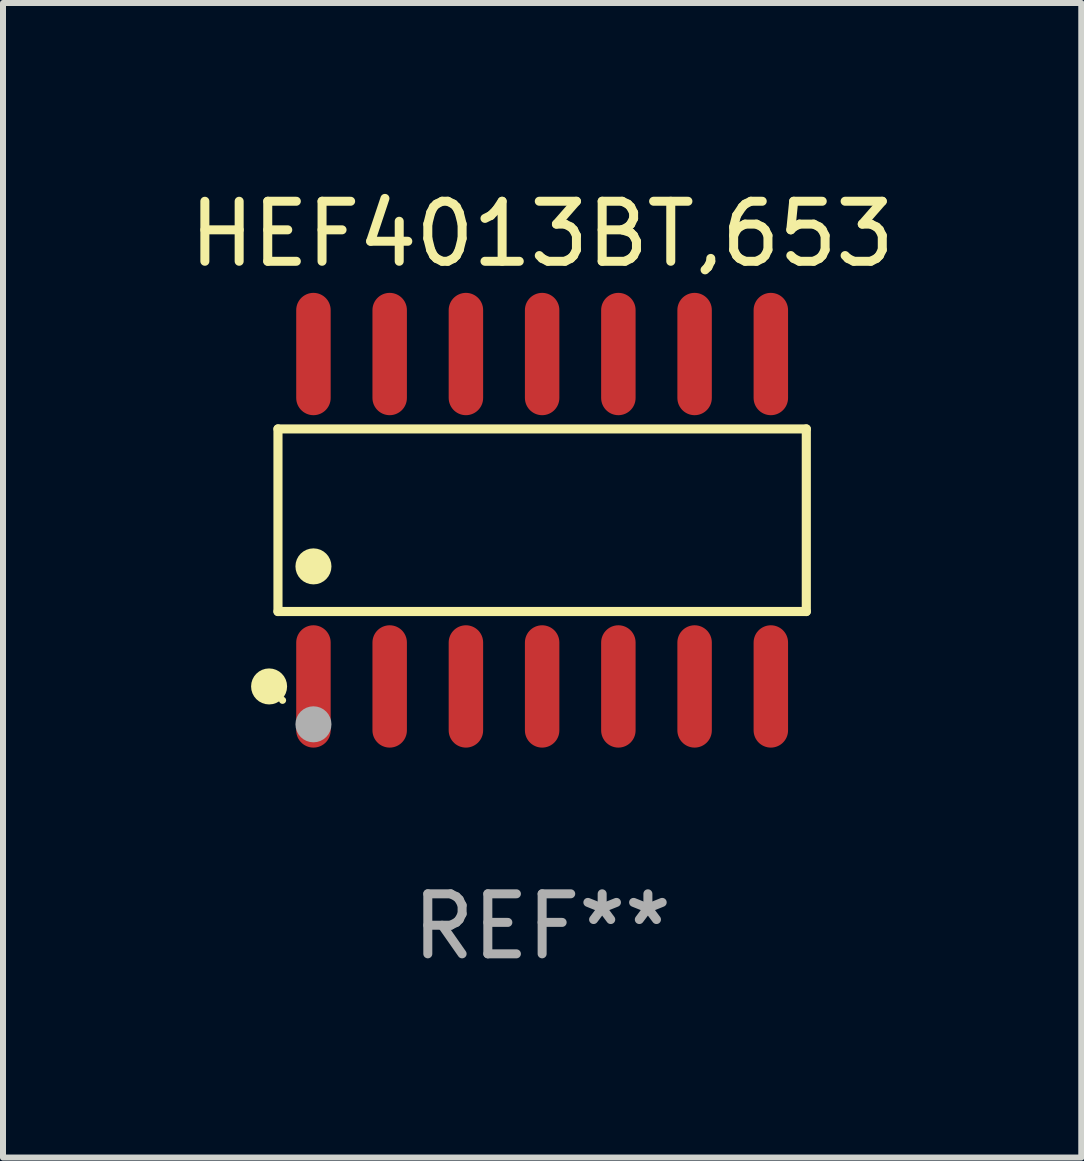
<source format=kicad_pcb>
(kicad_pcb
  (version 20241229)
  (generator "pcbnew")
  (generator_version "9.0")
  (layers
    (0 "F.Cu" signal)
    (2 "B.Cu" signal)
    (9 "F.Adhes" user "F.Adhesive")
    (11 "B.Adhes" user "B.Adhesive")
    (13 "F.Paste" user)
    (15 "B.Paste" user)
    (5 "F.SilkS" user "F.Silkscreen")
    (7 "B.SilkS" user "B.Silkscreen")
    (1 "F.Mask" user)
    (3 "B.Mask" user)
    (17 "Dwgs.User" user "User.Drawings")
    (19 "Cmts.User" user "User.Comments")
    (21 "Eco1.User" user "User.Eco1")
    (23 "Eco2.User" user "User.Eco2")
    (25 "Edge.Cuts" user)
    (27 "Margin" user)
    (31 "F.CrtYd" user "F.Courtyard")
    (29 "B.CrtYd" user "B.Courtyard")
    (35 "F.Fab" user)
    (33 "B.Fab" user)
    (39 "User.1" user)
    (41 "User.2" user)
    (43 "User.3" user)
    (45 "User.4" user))
  (footprint "HEF4013BT,653"
    (layer "F.Cu")
    (at 5.982 5.617)
    (property "Reference" "HEF4013BT,653" (at 0 -4.769 0) (layer "F.SilkS") (effects (font (size 1 1) (thickness 0.15))))
    (attr through_hole)
    (fp_line (start -4.401 -1.521) (end 4.401 -1.521) (stroke (width 0.152) (type solid)) (layer "F.SilkS"))
    (fp_line (start -4.401 1.521) (end -4.401 -1.521) (stroke (width 0.152) (type solid)) (layer "F.SilkS"))
    (fp_line (start 4.401 -1.521) (end 4.401 1.521) (stroke (width 0.152) (type solid)) (layer "F.SilkS"))
    (fp_line (start 4.401 1.521) (end -4.401 1.521) (stroke (width 0.152) (type solid)) (layer "F.SilkS"))
    (fp_circle (center -4.549 2.769) (end -4.399 2.769) (stroke (width 0.3) (type solid)) (fill no) (layer "F.SilkS"))
    (fp_circle (center -4.325 3) (end -4.295 3) (stroke (width 0.06) (type solid)) (fill no) (layer "F.SilkS"))
    (fp_circle (center -3.81 0.769) (end -3.66 0.769) (stroke (width 0.3) (type solid)) (fill no) (layer "F.SilkS"))
    (fp_circle (center -3.81 3.4) (end -3.66 3.4) (stroke (width 0.3) (type solid)) (fill no) (layer "F.Fab"))
    (fp_text user "REF**" (at 0 6.769 0) (layer "F.Fab") (effects (font (size 1 1) (thickness 0.15))))
    (pad "1" smd oval (at -3.81 2.769) (size 0.574 2.038) (layers "F.Cu" "F.Mask" "F.Paste"))
    (pad "2" smd oval (at -2.54 2.769) (size 0.574 2.038) (layers "F.Cu" "F.Mask" "F.Paste"))
    (pad "3" smd oval (at -1.27 2.769) (size 0.574 2.038) (layers "F.Cu" "F.Mask" "F.Paste"))
    (pad "4" smd oval (at 0 2.769) (size 0.574 2.038) (layers "F.Cu" "F.Mask" "F.Paste"))
    (pad "5" smd oval (at 1.27 2.769) (size 0.574 2.038) (layers "F.Cu" "F.Mask" "F.Paste"))
    (pad "6" smd oval (at 2.54 2.769) (size 0.574 2.038) (layers "F.Cu" "F.Mask" "F.Paste"))
    (pad "7" smd oval (at 3.81 2.769) (size 0.574 2.038) (layers "F.Cu" "F.Mask" "F.Paste"))
    (pad "8" smd oval (at 3.81 -2.769) (size 0.574 2.038) (layers "F.Cu" "F.Mask" "F.Paste"))
    (pad "9" smd oval (at 2.54 -2.769) (size 0.574 2.038) (layers "F.Cu" "F.Mask" "F.Paste"))
    (pad "10" smd oval (at 1.27 -2.769) (size 0.574 2.038) (layers "F.Cu" "F.Mask" "F.Paste"))
    (pad "11" smd oval (at 0 -2.769) (size 0.574 2.038) (layers "F.Cu" "F.Mask" "F.Paste"))
    (pad "12" smd oval (at -1.27 -2.769) (size 0.574 2.038) (layers "F.Cu" "F.Mask" "F.Paste"))
    (pad "13" smd oval (at -2.54 -2.769) (size 0.574 2.038) (layers "F.Cu" "F.Mask" "F.Paste"))
    (pad "14" smd oval (at -3.81 -2.769) (size 0.574 2.038) (layers "F.Cu" "F.Mask" "F.Paste")))
  (gr_rect
    (start -3 -3)
    (end 14.964 16.235)
    (stroke (width 0.1) (type default))
    (fill no)
    (layer "Edge.Cuts")))
</source>
